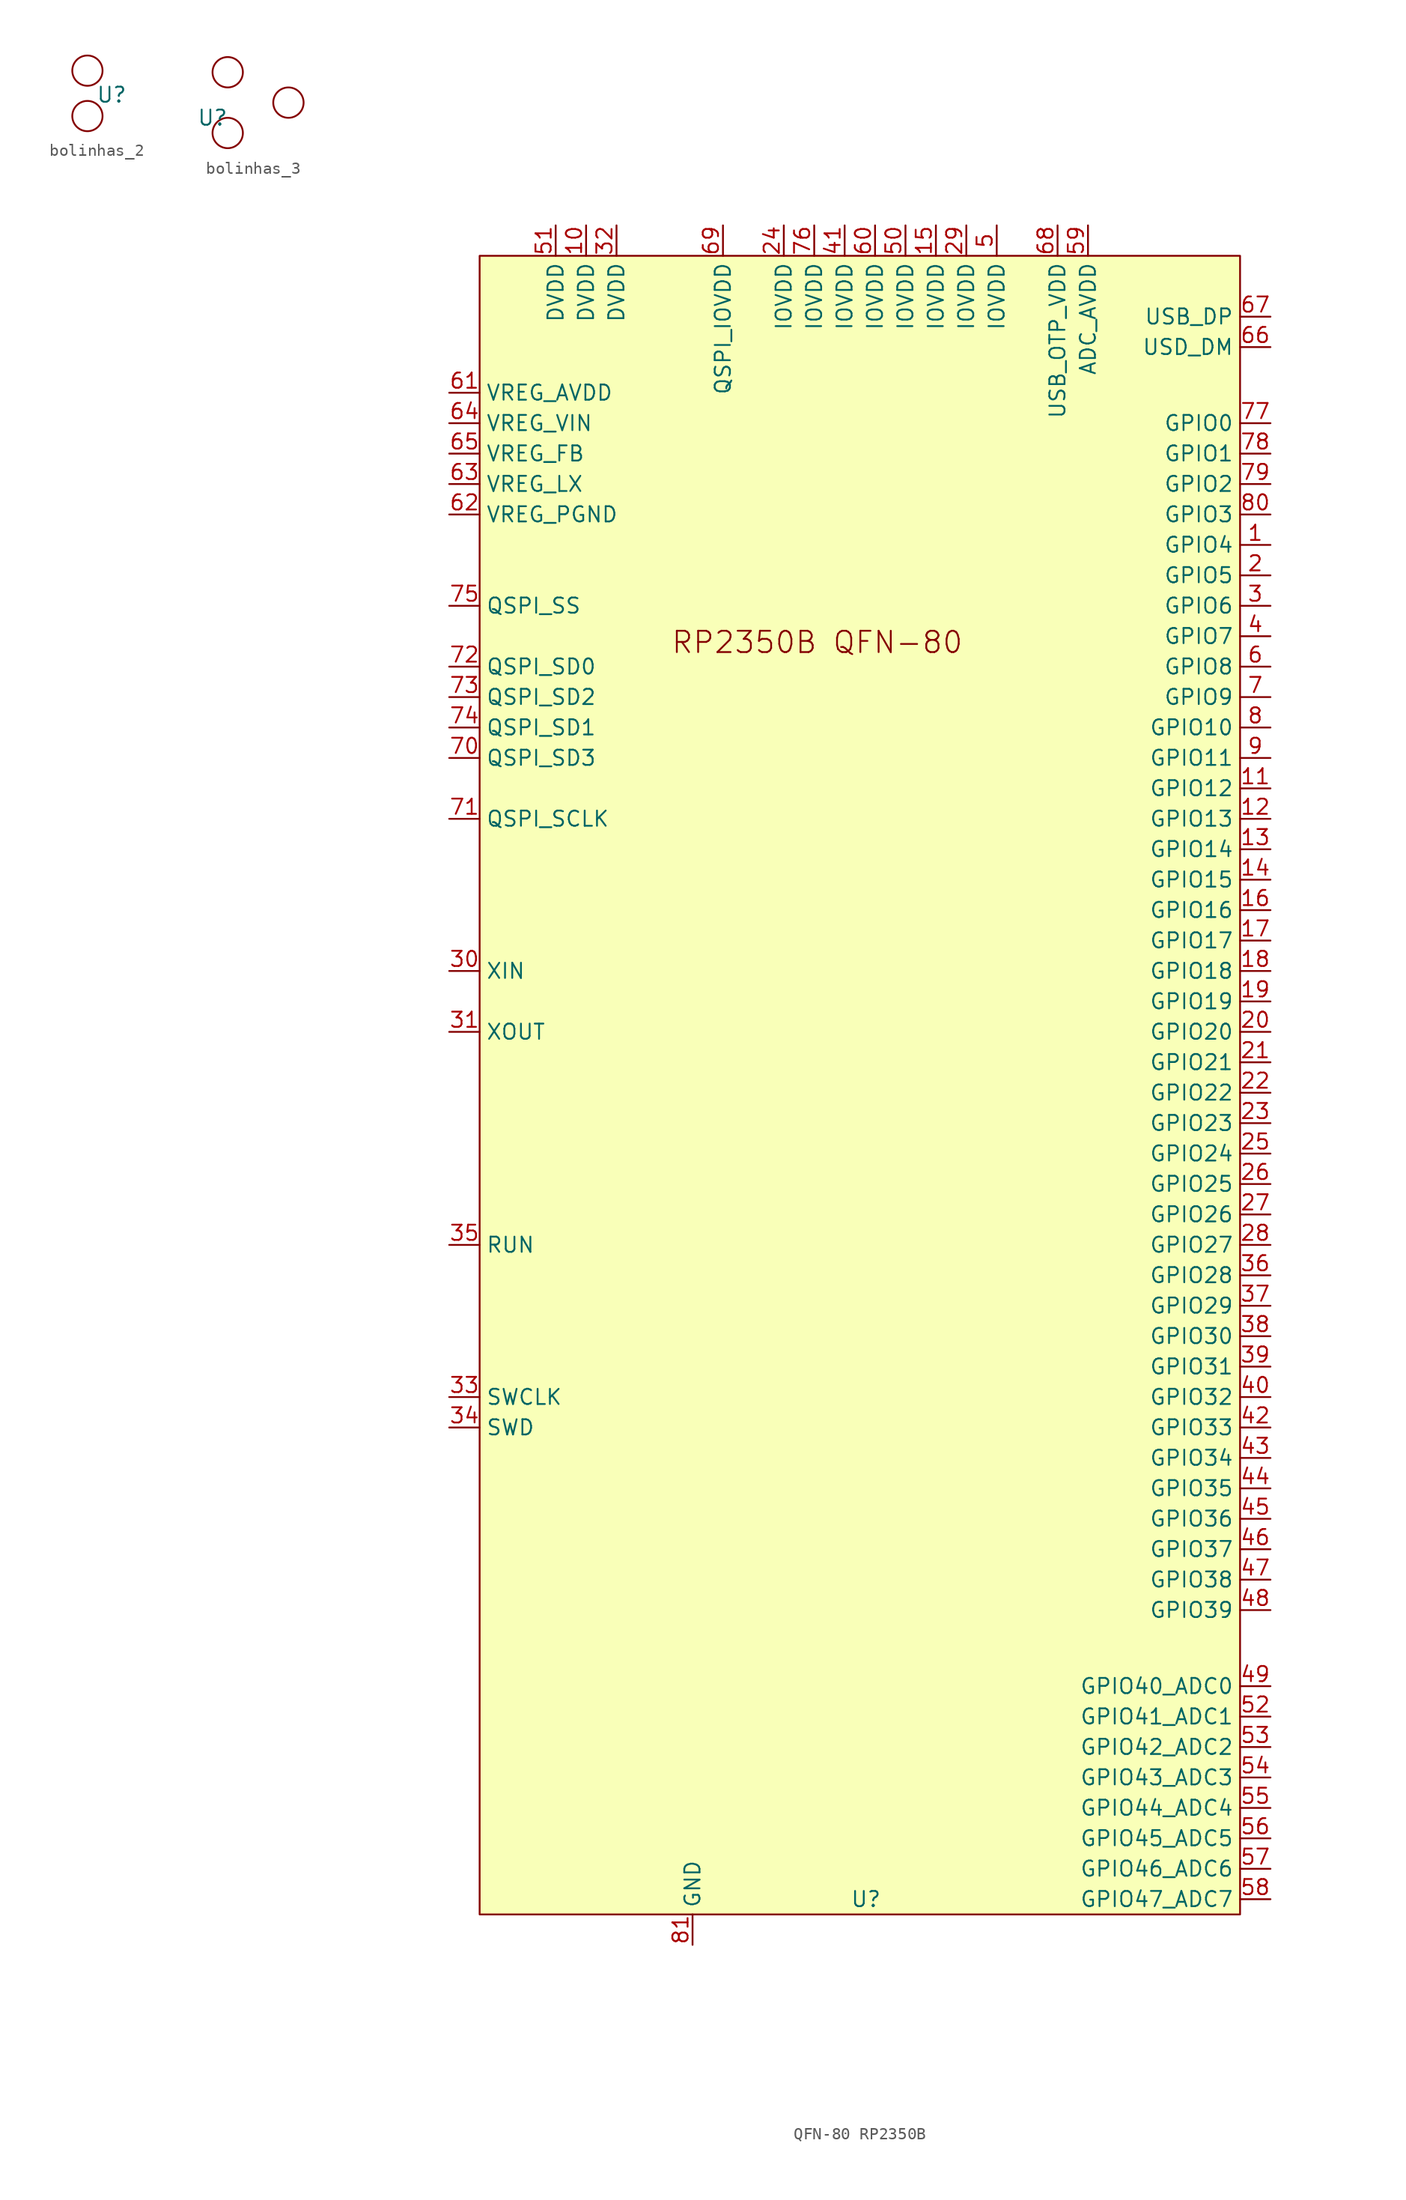
<source format=kicad_sym>
(kicad_symbol_lib
  (version 20241209)
  (generator "kicad_symbol_editor")
  (generator_version "9.0")
  (symbol "bolinhas_2"
    (property "Reference" "U"
      (at 2.032 0.508 0)
      (effects (font (size 1.27 1.27))))
    (property "Value" ""
      (at 0 0 0)
      (effects (font (size 1.27 1.27))))
    (symbol "bolinhas_2_0_1"
      (circle (center 0 2.54) (radius 1.27) (stroke (width 0) (type default)) (fill (type none)))
      (circle (center 0 -1.27) (radius 1.27) (stroke (width 0) (type default)) (fill (type none)))))
  (symbol "bolinhas_3"
    (property "Reference" "U"
      (at 0 0 0)
      (effects (font (size 1.27 1.27))))
    (property "Value" ""
      (at 0 0 0)
      (effects (font (size 1.27 1.27))))
    (symbol "bolinhas_3_0_1"
      (circle (center 1.27 3.81) (radius 1.27) (stroke (width 0) (type default)) (fill (type none)))
      (circle (center 1.27 -1.27) (radius 1.27) (stroke (width 0) (type default)) (fill (type none)))
      (circle (center 6.35 1.27) (radius 1.27) (stroke (width 0) (type default)) (fill (type none)))))
  (symbol "QFN-80 RP2350B"
    (property "Reference" "U"
      (at 32.258 -130.81 0)
      (effects (font (size 1.27 1.27))))
    (property "Value" ""
      (at 0 0 0)
      (effects (font (size 1.27 1.27))))
    (symbol "QFN-80 RP2350B_1_1"
      (rectangle (start 0 6.35) (end 63.5 -132.08) (stroke (width 0) (type solid)) (fill (type color) (color 249 255 184 1)))
      (text "RP2350B QFN-80" (at 28.194 -25.908 0) (effects (font (size 1.778 1.778))))
      (pin bidirectional line (at -2.54 -5.08 0) (length 2.54) (name "VREG_AVDD" (effects (font (size 1.27 1.27)))) (number "61" (effects (font (size 1.27 1.27)))))
      (pin bidirectional line (at -2.54 -7.62 0) (length 2.54) (name "VREG_VIN" (effects (font (size 1.27 1.27)))) (number "64" (effects (font (size 1.27 1.27)))))
      (pin bidirectional line (at -2.54 -10.16 0) (length 2.54) (name "VREG_FB" (effects (font (size 1.27 1.27)))) (number "65" (effects (font (size 1.27 1.27)))))
      (pin bidirectional line (at -2.54 -12.7 0) (length 2.54) (name "VREG_LX" (effects (font (size 1.27 1.27)))) (number "63" (effects (font (size 1.27 1.27)))))
      (pin bidirectional line (at -2.54 -15.24 0) (length 2.54) (name "VREG_PGND" (effects (font (size 1.27 1.27)))) (number "62" (effects (font (size 1.27 1.27)))))
      (pin bidirectional line (at -2.54 -22.86 0) (length 2.54) (name "QSPI_SS" (effects (font (size 1.27 1.27)))) (number "75" (effects (font (size 1.27 1.27)))))
      (pin bidirectional line (at -2.54 -27.94 0) (length 2.54) (name "QSPI_SD0" (effects (font (size 1.27 1.27)))) (number "72" (effects (font (size 1.27 1.27)))))
      (pin bidirectional line (at -2.54 -30.48 0) (length 2.54) (name "QSPI_SD2" (effects (font (size 1.27 1.27)))) (number "73" (effects (font (size 1.27 1.27)))))
      (pin bidirectional line (at -2.54 -33.02 0) (length 2.54) (name "QSPI_SD1" (effects (font (size 1.27 1.27)))) (number "74" (effects (font (size 1.27 1.27)))))
      (pin bidirectional line (at -2.54 -35.56 0) (length 2.54) (name "QSPI_SD3" (effects (font (size 1.27 1.27)))) (number "70" (effects (font (size 1.27 1.27)))))
      (pin bidirectional line (at -2.54 -40.64 0) (length 2.54) (name "QSPI_SCLK" (effects (font (size 1.27 1.27)))) (number "71" (effects (font (size 1.27 1.27)))))
      (pin bidirectional line (at -2.54 -53.34 0) (length 2.54) (name "XIN" (effects (font (size 1.27 1.27)))) (number "30" (effects (font (size 1.27 1.27)))))
      (pin bidirectional line (at -2.54 -58.42 0) (length 2.54) (name "XOUT" (effects (font (size 1.27 1.27)))) (number "31" (effects (font (size 1.27 1.27)))))
      (pin bidirectional line (at -2.54 -76.2 0) (length 2.54) (name "RUN" (effects (font (size 1.27 1.27)))) (number "35" (effects (font (size 1.27 1.27)))))
      (pin bidirectional line (at -2.54 -88.9 0) (length 2.54) (name "SWCLK" (effects (font (size 1.27 1.27)))) (number "33" (effects (font (size 1.27 1.27)))))
      (pin bidirectional line (at -2.54 -91.44 0) (length 2.54) (name "SWD" (effects (font (size 1.27 1.27)))) (number "34" (effects (font (size 1.27 1.27)))))
      (pin bidirectional line (at 6.35 8.89 270) (length 2.54) (name "DVDD" (effects (font (size 1.27 1.27)))) (number "51" (effects (font (size 1.27 1.27)))))
      (pin bidirectional line (at 8.89 8.89 270) (length 2.54) (name "DVDD" (effects (font (size 1.27 1.27)))) (number "10" (effects (font (size 1.27 1.27)))))
      (pin bidirectional line (at 11.43 8.89 270) (length 2.54) (name "DVDD" (effects (font (size 1.27 1.27)))) (number "32" (effects (font (size 1.27 1.27)))))
      (pin bidirectional line (at 17.78 -134.62 90) (length 2.54) (name "GND" (effects (font (size 1.27 1.27)))) (number "81" (effects (font (size 1.27 1.27)))))
      (pin bidirectional line (at 20.32 8.89 270) (length 2.54) (name "QSPI_IOVDD" (effects (font (size 1.27 1.27)))) (number "69" (effects (font (size 1.27 1.27)))))
      (pin bidirectional line (at 25.4 8.89 270) (length 2.54) (name "IOVDD" (effects (font (size 1.27 1.27)))) (number "24" (effects (font (size 1.27 1.27)))))
      (pin bidirectional line (at 27.94 8.89 270) (length 2.54) (name "IOVDD" (effects (font (size 1.27 1.27)))) (number "76" (effects (font (size 1.27 1.27)))))
      (pin bidirectional line (at 30.48 8.89 270) (length 2.54) (name "IOVDD" (effects (font (size 1.27 1.27)))) (number "41" (effects (font (size 1.27 1.27)))))
      (pin bidirectional line (at 33.02 8.89 270) (length 2.54) (name "IOVDD" (effects (font (size 1.27 1.27)))) (number "60" (effects (font (size 1.27 1.27)))))
      (pin bidirectional line (at 35.56 8.89 270) (length 2.54) (name "IOVDD" (effects (font (size 1.27 1.27)))) (number "50" (effects (font (size 1.27 1.27)))))
      (pin bidirectional line (at 38.1 8.89 270) (length 2.54) (name "IOVDD" (effects (font (size 1.27 1.27)))) (number "15" (effects (font (size 1.27 1.27)))))
      (pin bidirectional line (at 40.64 8.89 270) (length 2.54) (name "IOVDD" (effects (font (size 1.27 1.27)))) (number "29" (effects (font (size 1.27 1.27)))))
      (pin bidirectional line (at 43.18 8.89 270) (length 2.54) (name "IOVDD" (effects (font (size 1.27 1.27)))) (number "5" (effects (font (size 1.27 1.27)))))
      (pin bidirectional line (at 48.26 8.89 270) (length 2.54) (name "USB_OTP_VDD" (effects (font (size 1.27 1.27)))) (number "68" (effects (font (size 1.27 1.27)))))
      (pin bidirectional line (at 50.8 8.89 270) (length 2.54) (name "ADC_AVDD" (effects (font (size 1.27 1.27)))) (number "59" (effects (font (size 1.27 1.27)))))
      (pin bidirectional line (at 66.04 1.27 180) (length 2.54) (name "USB_DP" (effects (font (size 1.27 1.27)))) (number "67" (effects (font (size 1.27 1.27)))))
      (pin bidirectional line (at 66.04 -1.27 180) (length 2.54) (name "USD_DM" (effects (font (size 1.27 1.27)))) (number "66" (effects (font (size 1.27 1.27)))))
      (pin bidirectional line (at 66.04 -7.62 180) (length 2.54) (name "GPIO0" (effects (font (size 1.27 1.27)))) (number "77" (effects (font (size 1.27 1.27)))))
      (pin bidirectional line (at 66.04 -10.16 180) (length 2.54) (name "GPIO1" (effects (font (size 1.27 1.27)))) (number "78" (effects (font (size 1.27 1.27)))))
      (pin bidirectional line (at 66.04 -12.7 180) (length 2.54) (name "GPIO2" (effects (font (size 1.27 1.27)))) (number "79" (effects (font (size 1.27 1.27)))))
      (pin bidirectional line (at 66.04 -15.24 180) (length 2.54) (name "GPIO3" (effects (font (size 1.27 1.27)))) (number "80" (effects (font (size 1.27 1.27)))))
      (pin bidirectional line (at 66.04 -17.78 180) (length 2.54) (name "GPIO4" (effects (font (size 1.27 1.27)))) (number "1" (effects (font (size 1.27 1.27)))))
      (pin bidirectional line (at 66.04 -20.32 180) (length 2.54) (name "GPIO5" (effects (font (size 1.27 1.27)))) (number "2" (effects (font (size 1.27 1.27)))))
      (pin bidirectional line (at 66.04 -22.86 180) (length 2.54) (name "GPIO6" (effects (font (size 1.27 1.27)))) (number "3" (effects (font (size 1.27 1.27)))))
      (pin bidirectional line (at 66.04 -25.4 180) (length 2.54) (name "GPIO7" (effects (font (size 1.27 1.27)))) (number "4" (effects (font (size 1.27 1.27)))))
      (pin bidirectional line (at 66.04 -27.94 180) (length 2.54) (name "GPIO8" (effects (font (size 1.27 1.27)))) (number "6" (effects (font (size 1.27 1.27)))))
      (pin bidirectional line (at 66.04 -30.48 180) (length 2.54) (name "GPIO9" (effects (font (size 1.27 1.27)))) (number "7" (effects (font (size 1.27 1.27)))))
      (pin bidirectional line (at 66.04 -33.02 180) (length 2.54) (name "GPIO10" (effects (font (size 1.27 1.27)))) (number "8" (effects (font (size 1.27 1.27)))))
      (pin bidirectional line (at 66.04 -35.56 180) (length 2.54) (name "GPIO11" (effects (font (size 1.27 1.27)))) (number "9" (effects (font (size 1.27 1.27)))))
      (pin bidirectional line (at 66.04 -38.1 180) (length 2.54) (name "GPIO12" (effects (font (size 1.27 1.27)))) (number "11" (effects (font (size 1.27 1.27)))))
      (pin bidirectional line (at 66.04 -40.64 180) (length 2.54) (name "GPIO13" (effects (font (size 1.27 1.27)))) (number "12" (effects (font (size 1.27 1.27)))))
      (pin bidirectional line (at 66.04 -43.18 180) (length 2.54) (name "GPIO14" (effects (font (size 1.27 1.27)))) (number "13" (effects (font (size 1.27 1.27)))))
      (pin bidirectional line (at 66.04 -45.72 180) (length 2.54) (name "GPIO15" (effects (font (size 1.27 1.27)))) (number "14" (effects (font (size 1.27 1.27)))))
      (pin bidirectional line (at 66.04 -48.26 180) (length 2.54) (name "GPIO16" (effects (font (size 1.27 1.27)))) (number "16" (effects (font (size 1.27 1.27)))))
      (pin bidirectional line (at 66.04 -50.8 180) (length 2.54) (name "GPIO17" (effects (font (size 1.27 1.27)))) (number "17" (effects (font (size 1.27 1.27)))))
      (pin bidirectional line (at 66.04 -53.34 180) (length 2.54) (name "GPIO18" (effects (font (size 1.27 1.27)))) (number "18" (effects (font (size 1.27 1.27)))))
      (pin bidirectional line (at 66.04 -55.88 180) (length 2.54) (name "GPIO19" (effects (font (size 1.27 1.27)))) (number "19" (effects (font (size 1.27 1.27)))))
      (pin bidirectional line (at 66.04 -58.42 180) (length 2.54) (name "GPIO20" (effects (font (size 1.27 1.27)))) (number "20" (effects (font (size 1.27 1.27)))))
      (pin bidirectional line (at 66.04 -60.96 180) (length 2.54) (name "GPIO21" (effects (font (size 1.27 1.27)))) (number "21" (effects (font (size 1.27 1.27)))))
      (pin bidirectional line (at 66.04 -63.5 180) (length 2.54) (name "GPIO22" (effects (font (size 1.27 1.27)))) (number "22" (effects (font (size 1.27 1.27)))))
      (pin bidirectional line (at 66.04 -66.04 180) (length 2.54) (name "GPIO23" (effects (font (size 1.27 1.27)))) (number "23" (effects (font (size 1.27 1.27)))))
      (pin bidirectional line (at 66.04 -68.58 180) (length 2.54) (name "GPIO24" (effects (font (size 1.27 1.27)))) (number "25" (effects (font (size 1.27 1.27)))))
      (pin bidirectional line (at 66.04 -71.12 180) (length 2.54) (name "GPIO25" (effects (font (size 1.27 1.27)))) (number "26" (effects (font (size 1.27 1.27)))))
      (pin bidirectional line (at 66.04 -73.66 180) (length 2.54) (name "GPIO26" (effects (font (size 1.27 1.27)))) (number "27" (effects (font (size 1.27 1.27)))))
      (pin bidirectional line (at 66.04 -76.2 180) (length 2.54) (name "GPIO27" (effects (font (size 1.27 1.27)))) (number "28" (effects (font (size 1.27 1.27)))))
      (pin bidirectional line (at 66.04 -78.74 180) (length 2.54) (name "GPIO28" (effects (font (size 1.27 1.27)))) (number "36" (effects (font (size 1.27 1.27)))))
      (pin bidirectional line (at 66.04 -81.28 180) (length 2.54) (name "GPIO29" (effects (font (size 1.27 1.27)))) (number "37" (effects (font (size 1.27 1.27)))))
      (pin bidirectional line (at 66.04 -83.82 180) (length 2.54) (name "GPIO30" (effects (font (size 1.27 1.27)))) (number "38" (effects (font (size 1.27 1.27)))))
      (pin bidirectional line (at 66.04 -86.36 180) (length 2.54) (name "GPIO31" (effects (font (size 1.27 1.27)))) (number "39" (effects (font (size 1.27 1.27)))))
      (pin bidirectional line (at 66.04 -88.9 180) (length 2.54) (name "GPIO32" (effects (font (size 1.27 1.27)))) (number "40" (effects (font (size 1.27 1.27)))))
      (pin bidirectional line (at 66.04 -91.44 180) (length 2.54) (name "GPIO33" (effects (font (size 1.27 1.27)))) (number "42" (effects (font (size 1.27 1.27)))))
      (pin bidirectional line (at 66.04 -93.98 180) (length 2.54) (name "GPIO34" (effects (font (size 1.27 1.27)))) (number "43" (effects (font (size 1.27 1.27)))))
      (pin bidirectional line (at 66.04 -96.52 180) (length 2.54) (name "GPIO35" (effects (font (size 1.27 1.27)))) (number "44" (effects (font (size 1.27 1.27)))))
      (pin bidirectional line (at 66.04 -99.06 180) (length 2.54) (name "GPIO36" (effects (font (size 1.27 1.27)))) (number "45" (effects (font (size 1.27 1.27)))))
      (pin bidirectional line (at 66.04 -101.6 180) (length 2.54) (name "GPIO37" (effects (font (size 1.27 1.27)))) (number "46" (effects (font (size 1.27 1.27)))))
      (pin bidirectional line (at 66.04 -104.14 180) (length 2.54) (name "GPIO38" (effects (font (size 1.27 1.27)))) (number "47" (effects (font (size 1.27 1.27)))))
      (pin bidirectional line (at 66.04 -106.68 180) (length 2.54) (name "GPIO39" (effects (font (size 1.27 1.27)))) (number "48" (effects (font (size 1.27 1.27)))))
      (pin bidirectional line (at 66.04 -113.03 180) (length 2.54) (name "GPIO40_ADC0" (effects (font (size 1.27 1.27)))) (number "49" (effects (font (size 1.27 1.27)))))
      (pin bidirectional line (at 66.04 -115.57 180) (length 2.54) (name "GPIO41_ADC1" (effects (font (size 1.27 1.27)))) (number "52" (effects (font (size 1.27 1.27)))))
      (pin bidirectional line (at 66.04 -118.11 180) (length 2.54) (name "GPIO42_ADC2" (effects (font (size 1.27 1.27)))) (number "53" (effects (font (size 1.27 1.27)))))
      (pin bidirectional line (at 66.04 -120.65 180) (length 2.54) (name "GPIO43_ADC3" (effects (font (size 1.27 1.27)))) (number "54" (effects (font (size 1.27 1.27)))))
      (pin bidirectional line (at 66.04 -123.19 180) (length 2.54) (name "GPIO44_ADC4" (effects (font (size 1.27 1.27)))) (number "55" (effects (font (size 1.27 1.27)))))
      (pin bidirectional line (at 66.04 -125.73 180) (length 2.54) (name "GPIO45_ADC5" (effects (font (size 1.27 1.27)))) (number "56" (effects (font (size 1.27 1.27)))))
      (pin bidirectional line (at 66.04 -128.27 180) (length 2.54) (name "GPIO46_ADC6" (effects (font (size 1.27 1.27)))) (number "57" (effects (font (size 1.27 1.27)))))
      (pin bidirectional line (at 66.04 -130.81 180) (length 2.54) (name "GPIO47_ADC7" (effects (font (size 1.27 1.27)))) (number "58" (effects (font (size 1.27 1.27))))))))
</source>
